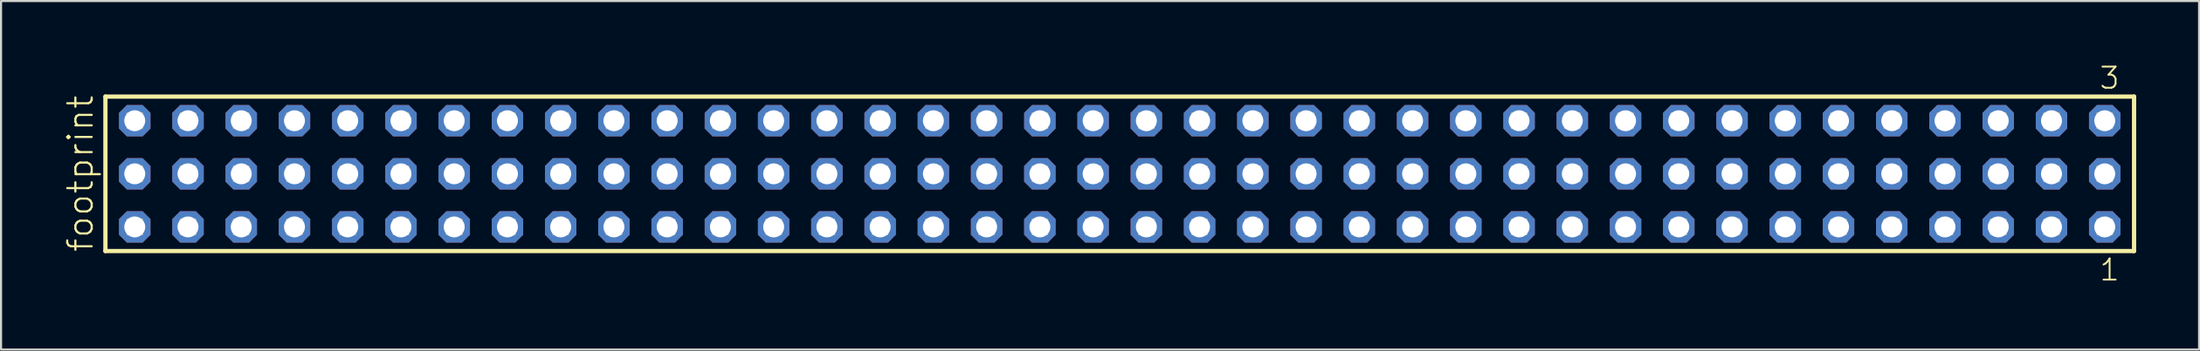
<source format=kicad_pcb>
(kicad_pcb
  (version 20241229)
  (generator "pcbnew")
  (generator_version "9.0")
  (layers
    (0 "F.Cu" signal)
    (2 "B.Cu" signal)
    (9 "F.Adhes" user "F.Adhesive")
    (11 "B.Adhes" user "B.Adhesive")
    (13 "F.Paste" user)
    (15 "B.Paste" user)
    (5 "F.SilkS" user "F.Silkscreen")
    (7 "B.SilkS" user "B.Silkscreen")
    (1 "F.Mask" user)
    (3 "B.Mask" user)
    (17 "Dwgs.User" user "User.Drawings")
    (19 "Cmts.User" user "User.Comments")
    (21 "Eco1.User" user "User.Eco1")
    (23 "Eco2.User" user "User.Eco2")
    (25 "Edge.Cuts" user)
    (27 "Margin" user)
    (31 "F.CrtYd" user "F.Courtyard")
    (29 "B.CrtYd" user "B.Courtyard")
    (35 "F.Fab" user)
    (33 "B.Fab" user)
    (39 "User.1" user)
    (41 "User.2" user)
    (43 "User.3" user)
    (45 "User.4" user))
  (footprint "footprint"
    (layer "F.Cu")
    (at 50.368 5.265)
    (property "Reference" "footprint" (at -48.895 3.81 90) (layer "F.SilkS") (effects (font (size 1.168 1.168) (thickness 0.102)) (justify left bottom)))
    (fp_line (start -48.389 -3.695) (end 48.389 -3.695) (stroke (width 0.203) (type solid)) (layer "F.SilkS"))
    (fp_line (start -48.389 3.695) (end -48.389 -3.695) (stroke (width 0.203) (type solid)) (layer "F.SilkS"))
    (fp_line (start 48.389 -3.695) (end 48.389 3.695) (stroke (width 0.203) (type solid)) (layer "F.SilkS"))
    (fp_line (start 48.389 3.695) (end -48.389 3.695) (stroke (width 0.203) (type solid)) (layer "F.SilkS"))
    (fp_poly (pts (xy -47.34 -2.19) (xy -46.64 -2.19) (xy -46.64 -2.89) (xy -47.34 -2.89)) (stroke (width 0.1) (type solid)) (fill no) (layer "F.Fab"))
    (fp_poly (pts (xy -47.34 0.35) (xy -46.64 0.35) (xy -46.64 -0.35) (xy -47.34 -0.35)) (stroke (width 0.1) (type solid)) (fill no) (layer "F.Fab"))
    (fp_poly (pts (xy -47.34 2.89) (xy -46.64 2.89) (xy -46.64 2.19) (xy -47.34 2.19)) (stroke (width 0.1) (type solid)) (fill no) (layer "F.Fab"))
    (fp_poly (pts (xy -44.8 -2.19) (xy -44.1 -2.19) (xy -44.1 -2.89) (xy -44.8 -2.89)) (stroke (width 0.1) (type solid)) (fill no) (layer "F.Fab"))
    (fp_poly (pts (xy -44.8 0.35) (xy -44.1 0.35) (xy -44.1 -0.35) (xy -44.8 -0.35)) (stroke (width 0.1) (type solid)) (fill no) (layer "F.Fab"))
    (fp_poly (pts (xy -44.8 2.89) (xy -44.1 2.89) (xy -44.1 2.19) (xy -44.8 2.19)) (stroke (width 0.1) (type solid)) (fill no) (layer "F.Fab"))
    (fp_poly (pts (xy -42.26 -2.19) (xy -41.56 -2.19) (xy -41.56 -2.89) (xy -42.26 -2.89)) (stroke (width 0.1) (type solid)) (fill no) (layer "F.Fab"))
    (fp_poly (pts (xy -42.26 0.35) (xy -41.56 0.35) (xy -41.56 -0.35) (xy -42.26 -0.35)) (stroke (width 0.1) (type solid)) (fill no) (layer "F.Fab"))
    (fp_poly (pts (xy -42.26 2.89) (xy -41.56 2.89) (xy -41.56 2.19) (xy -42.26 2.19)) (stroke (width 0.1) (type solid)) (fill no) (layer "F.Fab"))
    (fp_poly (pts (xy -39.72 -2.19) (xy -39.02 -2.19) (xy -39.02 -2.89) (xy -39.72 -2.89)) (stroke (width 0.1) (type solid)) (fill no) (layer "F.Fab"))
    (fp_poly (pts (xy -39.72 0.35) (xy -39.02 0.35) (xy -39.02 -0.35) (xy -39.72 -0.35)) (stroke (width 0.1) (type solid)) (fill no) (layer "F.Fab"))
    (fp_poly (pts (xy -39.72 2.89) (xy -39.02 2.89) (xy -39.02 2.19) (xy -39.72 2.19)) (stroke (width 0.1) (type solid)) (fill no) (layer "F.Fab"))
    (fp_poly (pts (xy -37.18 -2.19) (xy -36.48 -2.19) (xy -36.48 -2.89) (xy -37.18 -2.89)) (stroke (width 0.1) (type solid)) (fill no) (layer "F.Fab"))
    (fp_poly (pts (xy -37.18 0.35) (xy -36.48 0.35) (xy -36.48 -0.35) (xy -37.18 -0.35)) (stroke (width 0.1) (type solid)) (fill no) (layer "F.Fab"))
    (fp_poly (pts (xy -37.18 2.89) (xy -36.48 2.89) (xy -36.48 2.19) (xy -37.18 2.19)) (stroke (width 0.1) (type solid)) (fill no) (layer "F.Fab"))
    (fp_poly (pts (xy -34.64 -2.19) (xy -33.94 -2.19) (xy -33.94 -2.89) (xy -34.64 -2.89)) (stroke (width 0.1) (type solid)) (fill no) (layer "F.Fab"))
    (fp_poly (pts (xy -34.64 0.35) (xy -33.94 0.35) (xy -33.94 -0.35) (xy -34.64 -0.35)) (stroke (width 0.1) (type solid)) (fill no) (layer "F.Fab"))
    (fp_poly (pts (xy -34.64 2.89) (xy -33.94 2.89) (xy -33.94 2.19) (xy -34.64 2.19)) (stroke (width 0.1) (type solid)) (fill no) (layer "F.Fab"))
    (fp_poly (pts (xy -32.1 -2.19) (xy -31.4 -2.19) (xy -31.4 -2.89) (xy -32.1 -2.89)) (stroke (width 0.1) (type solid)) (fill no) (layer "F.Fab"))
    (fp_poly (pts (xy -32.1 0.35) (xy -31.4 0.35) (xy -31.4 -0.35) (xy -32.1 -0.35)) (stroke (width 0.1) (type solid)) (fill no) (layer "F.Fab"))
    (fp_poly (pts (xy -32.1 2.89) (xy -31.4 2.89) (xy -31.4 2.19) (xy -32.1 2.19)) (stroke (width 0.1) (type solid)) (fill no) (layer "F.Fab"))
    (fp_poly (pts (xy -29.56 -2.19) (xy -28.86 -2.19) (xy -28.86 -2.89) (xy -29.56 -2.89)) (stroke (width 0.1) (type solid)) (fill no) (layer "F.Fab"))
    (fp_poly (pts (xy -29.56 0.35) (xy -28.86 0.35) (xy -28.86 -0.35) (xy -29.56 -0.35)) (stroke (width 0.1) (type solid)) (fill no) (layer "F.Fab"))
    (fp_poly (pts (xy -29.56 2.89) (xy -28.86 2.89) (xy -28.86 2.19) (xy -29.56 2.19)) (stroke (width 0.1) (type solid)) (fill no) (layer "F.Fab"))
    (fp_poly (pts (xy -27.02 -2.19) (xy -26.32 -2.19) (xy -26.32 -2.89) (xy -27.02 -2.89)) (stroke (width 0.1) (type solid)) (fill no) (layer "F.Fab"))
    (fp_poly (pts (xy -27.02 0.35) (xy -26.32 0.35) (xy -26.32 -0.35) (xy -27.02 -0.35)) (stroke (width 0.1) (type solid)) (fill no) (layer "F.Fab"))
    (fp_poly (pts (xy -27.02 2.89) (xy -26.32 2.89) (xy -26.32 2.19) (xy -27.02 2.19)) (stroke (width 0.1) (type solid)) (fill no) (layer "F.Fab"))
    (fp_poly (pts (xy -24.48 -2.19) (xy -23.78 -2.19) (xy -23.78 -2.89) (xy -24.48 -2.89)) (stroke (width 0.1) (type solid)) (fill no) (layer "F.Fab"))
    (fp_poly (pts (xy -24.48 0.35) (xy -23.78 0.35) (xy -23.78 -0.35) (xy -24.48 -0.35)) (stroke (width 0.1) (type solid)) (fill no) (layer "F.Fab"))
    (fp_poly (pts (xy -24.48 2.89) (xy -23.78 2.89) (xy -23.78 2.19) (xy -24.48 2.19)) (stroke (width 0.1) (type solid)) (fill no) (layer "F.Fab"))
    (fp_poly (pts (xy -21.94 -2.19) (xy -21.24 -2.19) (xy -21.24 -2.89) (xy -21.94 -2.89)) (stroke (width 0.1) (type solid)) (fill no) (layer "F.Fab"))
    (fp_poly (pts (xy -21.94 0.35) (xy -21.24 0.35) (xy -21.24 -0.35) (xy -21.94 -0.35)) (stroke (width 0.1) (type solid)) (fill no) (layer "F.Fab"))
    (fp_poly (pts (xy -21.94 2.89) (xy -21.24 2.89) (xy -21.24 2.19) (xy -21.94 2.19)) (stroke (width 0.1) (type solid)) (fill no) (layer "F.Fab"))
    (fp_poly (pts (xy -19.4 -2.19) (xy -18.7 -2.19) (xy -18.7 -2.89) (xy -19.4 -2.89)) (stroke (width 0.1) (type solid)) (fill no) (layer "F.Fab"))
    (fp_poly (pts (xy -19.4 0.35) (xy -18.7 0.35) (xy -18.7 -0.35) (xy -19.4 -0.35)) (stroke (width 0.1) (type solid)) (fill no) (layer "F.Fab"))
    (fp_poly (pts (xy -19.4 2.89) (xy -18.7 2.89) (xy -18.7 2.19) (xy -19.4 2.19)) (stroke (width 0.1) (type solid)) (fill no) (layer "F.Fab"))
    (fp_poly (pts (xy -16.86 -2.19) (xy -16.16 -2.19) (xy -16.16 -2.89) (xy -16.86 -2.89)) (stroke (width 0.1) (type solid)) (fill no) (layer "F.Fab"))
    (fp_poly (pts (xy -16.86 0.35) (xy -16.16 0.35) (xy -16.16 -0.35) (xy -16.86 -0.35)) (stroke (width 0.1) (type solid)) (fill no) (layer "F.Fab"))
    (fp_poly (pts (xy -16.86 2.89) (xy -16.16 2.89) (xy -16.16 2.19) (xy -16.86 2.19)) (stroke (width 0.1) (type solid)) (fill no) (layer "F.Fab"))
    (fp_poly (pts (xy -14.32 -2.19) (xy -13.62 -2.19) (xy -13.62 -2.89) (xy -14.32 -2.89)) (stroke (width 0.1) (type solid)) (fill no) (layer "F.Fab"))
    (fp_poly (pts (xy -14.32 0.35) (xy -13.62 0.35) (xy -13.62 -0.35) (xy -14.32 -0.35)) (stroke (width 0.1) (type solid)) (fill no) (layer "F.Fab"))
    (fp_poly (pts (xy -14.32 2.89) (xy -13.62 2.89) (xy -13.62 2.19) (xy -14.32 2.19)) (stroke (width 0.1) (type solid)) (fill no) (layer "F.Fab"))
    (fp_poly (pts (xy -11.78 -2.19) (xy -11.08 -2.19) (xy -11.08 -2.89) (xy -11.78 -2.89)) (stroke (width 0.1) (type solid)) (fill no) (layer "F.Fab"))
    (fp_poly (pts (xy -11.78 0.35) (xy -11.08 0.35) (xy -11.08 -0.35) (xy -11.78 -0.35)) (stroke (width 0.1) (type solid)) (fill no) (layer "F.Fab"))
    (fp_poly (pts (xy -11.78 2.89) (xy -11.08 2.89) (xy -11.08 2.19) (xy -11.78 2.19)) (stroke (width 0.1) (type solid)) (fill no) (layer "F.Fab"))
    (fp_poly (pts (xy -9.24 -2.19) (xy -8.54 -2.19) (xy -8.54 -2.89) (xy -9.24 -2.89)) (stroke (width 0.1) (type solid)) (fill no) (layer "F.Fab"))
    (fp_poly (pts (xy -9.24 0.35) (xy -8.54 0.35) (xy -8.54 -0.35) (xy -9.24 -0.35)) (stroke (width 0.1) (type solid)) (fill no) (layer "F.Fab"))
    (fp_poly (pts (xy -9.24 2.89) (xy -8.54 2.89) (xy -8.54 2.19) (xy -9.24 2.19)) (stroke (width 0.1) (type solid)) (fill no) (layer "F.Fab"))
    (fp_poly (pts (xy -6.7 -2.19) (xy -6 -2.19) (xy -6 -2.89) (xy -6.7 -2.89)) (stroke (width 0.1) (type solid)) (fill no) (layer "F.Fab"))
    (fp_poly (pts (xy -6.7 0.35) (xy -6 0.35) (xy -6 -0.35) (xy -6.7 -0.35)) (stroke (width 0.1) (type solid)) (fill no) (layer "F.Fab"))
    (fp_poly (pts (xy -6.7 2.89) (xy -6 2.89) (xy -6 2.19) (xy -6.7 2.19)) (stroke (width 0.1) (type solid)) (fill no) (layer "F.Fab"))
    (fp_poly (pts (xy -4.16 -2.19) (xy -3.46 -2.19) (xy -3.46 -2.89) (xy -4.16 -2.89)) (stroke (width 0.1) (type solid)) (fill no) (layer "F.Fab"))
    (fp_poly (pts (xy -4.16 0.35) (xy -3.46 0.35) (xy -3.46 -0.35) (xy -4.16 -0.35)) (stroke (width 0.1) (type solid)) (fill no) (layer "F.Fab"))
    (fp_poly (pts (xy -4.16 2.89) (xy -3.46 2.89) (xy -3.46 2.19) (xy -4.16 2.19)) (stroke (width 0.1) (type solid)) (fill no) (layer "F.Fab"))
    (fp_poly (pts (xy -1.62 -2.19) (xy -0.92 -2.19) (xy -0.92 -2.89) (xy -1.62 -2.89)) (stroke (width 0.1) (type solid)) (fill no) (layer "F.Fab"))
    (fp_poly (pts (xy -1.62 0.35) (xy -0.92 0.35) (xy -0.92 -0.35) (xy -1.62 -0.35)) (stroke (width 0.1) (type solid)) (fill no) (layer "F.Fab"))
    (fp_poly (pts (xy -1.62 2.89) (xy -0.92 2.89) (xy -0.92 2.19) (xy -1.62 2.19)) (stroke (width 0.1) (type solid)) (fill no) (layer "F.Fab"))
    (fp_poly (pts (xy 0.92 -2.19) (xy 1.62 -2.19) (xy 1.62 -2.89) (xy 0.92 -2.89)) (stroke (width 0.1) (type solid)) (fill no) (layer "F.Fab"))
    (fp_poly (pts (xy 0.92 0.35) (xy 1.62 0.35) (xy 1.62 -0.35) (xy 0.92 -0.35)) (stroke (width 0.1) (type solid)) (fill no) (layer "F.Fab"))
    (fp_poly (pts (xy 0.92 2.89) (xy 1.62 2.89) (xy 1.62 2.19) (xy 0.92 2.19)) (stroke (width 0.1) (type solid)) (fill no) (layer "F.Fab"))
    (fp_poly (pts (xy 3.46 -2.19) (xy 4.16 -2.19) (xy 4.16 -2.89) (xy 3.46 -2.89)) (stroke (width 0.1) (type solid)) (fill no) (layer "F.Fab"))
    (fp_poly (pts (xy 3.46 0.35) (xy 4.16 0.35) (xy 4.16 -0.35) (xy 3.46 -0.35)) (stroke (width 0.1) (type solid)) (fill no) (layer "F.Fab"))
    (fp_poly (pts (xy 3.46 2.89) (xy 4.16 2.89) (xy 4.16 2.19) (xy 3.46 2.19)) (stroke (width 0.1) (type solid)) (fill no) (layer "F.Fab"))
    (fp_poly (pts (xy 6 -2.19) (xy 6.7 -2.19) (xy 6.7 -2.89) (xy 6 -2.89)) (stroke (width 0.1) (type solid)) (fill no) (layer "F.Fab"))
    (fp_poly (pts (xy 6 0.35) (xy 6.7 0.35) (xy 6.7 -0.35) (xy 6 -0.35)) (stroke (width 0.1) (type solid)) (fill no) (layer "F.Fab"))
    (fp_poly (pts (xy 6 2.89) (xy 6.7 2.89) (xy 6.7 2.19) (xy 6 2.19)) (stroke (width 0.1) (type solid)) (fill no) (layer "F.Fab"))
    (fp_poly (pts (xy 8.54 -2.19) (xy 9.24 -2.19) (xy 9.24 -2.89) (xy 8.54 -2.89)) (stroke (width 0.1) (type solid)) (fill no) (layer "F.Fab"))
    (fp_poly (pts (xy 8.54 0.35) (xy 9.24 0.35) (xy 9.24 -0.35) (xy 8.54 -0.35)) (stroke (width 0.1) (type solid)) (fill no) (layer "F.Fab"))
    (fp_poly (pts (xy 8.54 2.89) (xy 9.24 2.89) (xy 9.24 2.19) (xy 8.54 2.19)) (stroke (width 0.1) (type solid)) (fill no) (layer "F.Fab"))
    (fp_poly (pts (xy 11.08 -2.19) (xy 11.78 -2.19) (xy 11.78 -2.89) (xy 11.08 -2.89)) (stroke (width 0.1) (type solid)) (fill no) (layer "F.Fab"))
    (fp_poly (pts (xy 11.08 0.35) (xy 11.78 0.35) (xy 11.78 -0.35) (xy 11.08 -0.35)) (stroke (width 0.1) (type solid)) (fill no) (layer "F.Fab"))
    (fp_poly (pts (xy 11.08 2.89) (xy 11.78 2.89) (xy 11.78 2.19) (xy 11.08 2.19)) (stroke (width 0.1) (type solid)) (fill no) (layer "F.Fab"))
    (fp_poly (pts (xy 13.62 -2.19) (xy 14.32 -2.19) (xy 14.32 -2.89) (xy 13.62 -2.89)) (stroke (width 0.1) (type solid)) (fill no) (layer "F.Fab"))
    (fp_poly (pts (xy 13.62 0.35) (xy 14.32 0.35) (xy 14.32 -0.35) (xy 13.62 -0.35)) (stroke (width 0.1) (type solid)) (fill no) (layer "F.Fab"))
    (fp_poly (pts (xy 13.62 2.89) (xy 14.32 2.89) (xy 14.32 2.19) (xy 13.62 2.19)) (stroke (width 0.1) (type solid)) (fill no) (layer "F.Fab"))
    (fp_poly (pts (xy 16.16 -2.19) (xy 16.86 -2.19) (xy 16.86 -2.89) (xy 16.16 -2.89)) (stroke (width 0.1) (type solid)) (fill no) (layer "F.Fab"))
    (fp_poly (pts (xy 16.16 0.35) (xy 16.86 0.35) (xy 16.86 -0.35) (xy 16.16 -0.35)) (stroke (width 0.1) (type solid)) (fill no) (layer "F.Fab"))
    (fp_poly (pts (xy 16.16 2.89) (xy 16.86 2.89) (xy 16.86 2.19) (xy 16.16 2.19)) (stroke (width 0.1) (type solid)) (fill no) (layer "F.Fab"))
    (fp_poly (pts (xy 18.7 -2.19) (xy 19.4 -2.19) (xy 19.4 -2.89) (xy 18.7 -2.89)) (stroke (width 0.1) (type solid)) (fill no) (layer "F.Fab"))
    (fp_poly (pts (xy 18.7 0.35) (xy 19.4 0.35) (xy 19.4 -0.35) (xy 18.7 -0.35)) (stroke (width 0.1) (type solid)) (fill no) (layer "F.Fab"))
    (fp_poly (pts (xy 18.7 2.89) (xy 19.4 2.89) (xy 19.4 2.19) (xy 18.7 2.19)) (stroke (width 0.1) (type solid)) (fill no) (layer "F.Fab"))
    (fp_poly (pts (xy 21.24 -2.19) (xy 21.94 -2.19) (xy 21.94 -2.89) (xy 21.24 -2.89)) (stroke (width 0.1) (type solid)) (fill no) (layer "F.Fab"))
    (fp_poly (pts (xy 21.24 0.35) (xy 21.94 0.35) (xy 21.94 -0.35) (xy 21.24 -0.35)) (stroke (width 0.1) (type solid)) (fill no) (layer "F.Fab"))
    (fp_poly (pts (xy 21.24 2.89) (xy 21.94 2.89) (xy 21.94 2.19) (xy 21.24 2.19)) (stroke (width 0.1) (type solid)) (fill no) (layer "F.Fab"))
    (fp_poly (pts (xy 23.78 -2.19) (xy 24.48 -2.19) (xy 24.48 -2.89) (xy 23.78 -2.89)) (stroke (width 0.1) (type solid)) (fill no) (layer "F.Fab"))
    (fp_poly (pts (xy 23.78 0.35) (xy 24.48 0.35) (xy 24.48 -0.35) (xy 23.78 -0.35)) (stroke (width 0.1) (type solid)) (fill no) (layer "F.Fab"))
    (fp_poly (pts (xy 23.78 2.89) (xy 24.48 2.89) (xy 24.48 2.19) (xy 23.78 2.19)) (stroke (width 0.1) (type solid)) (fill no) (layer "F.Fab"))
    (fp_poly (pts (xy 26.32 -2.19) (xy 27.02 -2.19) (xy 27.02 -2.89) (xy 26.32 -2.89)) (stroke (width 0.1) (type solid)) (fill no) (layer "F.Fab"))
    (fp_poly (pts (xy 26.32 0.35) (xy 27.02 0.35) (xy 27.02 -0.35) (xy 26.32 -0.35)) (stroke (width 0.1) (type solid)) (fill no) (layer "F.Fab"))
    (fp_poly (pts (xy 26.32 2.89) (xy 27.02 2.89) (xy 27.02 2.19) (xy 26.32 2.19)) (stroke (width 0.1) (type solid)) (fill no) (layer "F.Fab"))
    (fp_poly (pts (xy 28.86 -2.19) (xy 29.56 -2.19) (xy 29.56 -2.89) (xy 28.86 -2.89)) (stroke (width 0.1) (type solid)) (fill no) (layer "F.Fab"))
    (fp_poly (pts (xy 28.86 0.35) (xy 29.56 0.35) (xy 29.56 -0.35) (xy 28.86 -0.35)) (stroke (width 0.1) (type solid)) (fill no) (layer "F.Fab"))
    (fp_poly (pts (xy 28.86 2.89) (xy 29.56 2.89) (xy 29.56 2.19) (xy 28.86 2.19)) (stroke (width 0.1) (type solid)) (fill no) (layer "F.Fab"))
    (fp_poly (pts (xy 31.4 -2.19) (xy 32.1 -2.19) (xy 32.1 -2.89) (xy 31.4 -2.89)) (stroke (width 0.1) (type solid)) (fill no) (layer "F.Fab"))
    (fp_poly (pts (xy 31.4 0.35) (xy 32.1 0.35) (xy 32.1 -0.35) (xy 31.4 -0.35)) (stroke (width 0.1) (type solid)) (fill no) (layer "F.Fab"))
    (fp_poly (pts (xy 31.4 2.89) (xy 32.1 2.89) (xy 32.1 2.19) (xy 31.4 2.19)) (stroke (width 0.1) (type solid)) (fill no) (layer "F.Fab"))
    (fp_poly (pts (xy 33.94 -2.19) (xy 34.64 -2.19) (xy 34.64 -2.89) (xy 33.94 -2.89)) (stroke (width 0.1) (type solid)) (fill no) (layer "F.Fab"))
    (fp_poly (pts (xy 33.94 0.35) (xy 34.64 0.35) (xy 34.64 -0.35) (xy 33.94 -0.35)) (stroke (width 0.1) (type solid)) (fill no) (layer "F.Fab"))
    (fp_poly (pts (xy 33.94 2.89) (xy 34.64 2.89) (xy 34.64 2.19) (xy 33.94 2.19)) (stroke (width 0.1) (type solid)) (fill no) (layer "F.Fab"))
    (fp_poly (pts (xy 36.48 -2.19) (xy 37.18 -2.19) (xy 37.18 -2.89) (xy 36.48 -2.89)) (stroke (width 0.1) (type solid)) (fill no) (layer "F.Fab"))
    (fp_poly (pts (xy 36.48 0.35) (xy 37.18 0.35) (xy 37.18 -0.35) (xy 36.48 -0.35)) (stroke (width 0.1) (type solid)) (fill no) (layer "F.Fab"))
    (fp_poly (pts (xy 36.48 2.89) (xy 37.18 2.89) (xy 37.18 2.19) (xy 36.48 2.19)) (stroke (width 0.1) (type solid)) (fill no) (layer "F.Fab"))
    (fp_poly (pts (xy 39.02 -2.19) (xy 39.72 -2.19) (xy 39.72 -2.89) (xy 39.02 -2.89)) (stroke (width 0.1) (type solid)) (fill no) (layer "F.Fab"))
    (fp_poly (pts (xy 39.02 0.35) (xy 39.72 0.35) (xy 39.72 -0.35) (xy 39.02 -0.35)) (stroke (width 0.1) (type solid)) (fill no) (layer "F.Fab"))
    (fp_poly (pts (xy 39.02 2.89) (xy 39.72 2.89) (xy 39.72 2.19) (xy 39.02 2.19)) (stroke (width 0.1) (type solid)) (fill no) (layer "F.Fab"))
    (fp_poly (pts (xy 41.56 -2.19) (xy 42.26 -2.19) (xy 42.26 -2.89) (xy 41.56 -2.89)) (stroke (width 0.1) (type solid)) (fill no) (layer "F.Fab"))
    (fp_poly (pts (xy 41.56 0.35) (xy 42.26 0.35) (xy 42.26 -0.35) (xy 41.56 -0.35)) (stroke (width 0.1) (type solid)) (fill no) (layer "F.Fab"))
    (fp_poly (pts (xy 41.56 2.89) (xy 42.26 2.89) (xy 42.26 2.19) (xy 41.56 2.19)) (stroke (width 0.1) (type solid)) (fill no) (layer "F.Fab"))
    (fp_poly (pts (xy 44.1 -2.19) (xy 44.8 -2.19) (xy 44.8 -2.89) (xy 44.1 -2.89)) (stroke (width 0.1) (type solid)) (fill no) (layer "F.Fab"))
    (fp_poly (pts (xy 44.1 0.35) (xy 44.8 0.35) (xy 44.8 -0.35) (xy 44.1 -0.35)) (stroke (width 0.1) (type solid)) (fill no) (layer "F.Fab"))
    (fp_poly (pts (xy 44.1 2.89) (xy 44.8 2.89) (xy 44.8 2.19) (xy 44.1 2.19)) (stroke (width 0.1) (type solid)) (fill no) (layer "F.Fab"))
    (fp_poly (pts (xy 46.64 -2.19) (xy 47.34 -2.19) (xy 47.34 -2.89) (xy 46.64 -2.89)) (stroke (width 0.1) (type solid)) (fill no) (layer "F.Fab"))
    (fp_poly (pts (xy 46.64 0.35) (xy 47.34 0.35) (xy 47.34 -0.35) (xy 46.64 -0.35)) (stroke (width 0.1) (type solid)) (fill no) (layer "F.Fab"))
    (fp_poly (pts (xy 46.64 2.89) (xy 47.34 2.89) (xy 47.34 2.19) (xy 46.64 2.19)) (stroke (width 0.1) (type solid)) (fill no) (layer "F.Fab"))
    (fp_text user "1" (at 46.682 5.188 0) (layer "F.SilkS") (effects (font (size 1.012 1.012) (thickness 0.088)) (justify left bottom)))
    (fp_text user "3" (at 46.678 -3.989 0) (layer "F.SilkS") (effects (font (size 1.012 1.012) (thickness 0.088)) (justify left bottom)))
    (pad "1" thru_hole roundrect (at 46.99 2.54 180) (size 1.5 1.5) (drill 1) (layers "*.Cu" "*.Mask") (roundrect_rratio 0.25) (chamfer_ratio 0.25) (chamfer top_left top_right bottom_left bottom_right))
    (pad "2" thru_hole roundrect (at 46.99 0 180) (size 1.5 1.5) (drill 1) (layers "*.Cu" "*.Mask") (roundrect_rratio 0.25) (chamfer_ratio 0.25) (chamfer top_left top_right bottom_left bottom_right))
    (pad "3" thru_hole roundrect (at 46.99 -2.54 180) (size 1.5 1.5) (drill 1) (layers "*.Cu" "*.Mask") (roundrect_rratio 0.25) (chamfer_ratio 0.25) (chamfer top_left top_right bottom_left bottom_right))
    (pad "4" thru_hole roundrect (at 44.45 2.54 180) (size 1.5 1.5) (drill 1) (layers "*.Cu" "*.Mask") (roundrect_rratio 0.25) (chamfer_ratio 0.25) (chamfer top_left top_right bottom_left bottom_right))
    (pad "5" thru_hole roundrect (at 44.45 0 180) (size 1.5 1.5) (drill 1) (layers "*.Cu" "*.Mask") (roundrect_rratio 0.25) (chamfer_ratio 0.25) (chamfer top_left top_right bottom_left bottom_right))
    (pad "6" thru_hole roundrect (at 44.45 -2.54 180) (size 1.5 1.5) (drill 1) (layers "*.Cu" "*.Mask") (roundrect_rratio 0.25) (chamfer_ratio 0.25) (chamfer top_left top_right bottom_left bottom_right))
    (pad "7" thru_hole roundrect (at 41.91 2.54 180) (size 1.5 1.5) (drill 1) (layers "*.Cu" "*.Mask") (roundrect_rratio 0.25) (chamfer_ratio 0.25) (chamfer top_left top_right bottom_left bottom_right))
    (pad "8" thru_hole roundrect (at 41.91 0 180) (size 1.5 1.5) (drill 1) (layers "*.Cu" "*.Mask") (roundrect_rratio 0.25) (chamfer_ratio 0.25) (chamfer top_left top_right bottom_left bottom_right))
    (pad "9" thru_hole roundrect (at 41.91 -2.54 180) (size 1.5 1.5) (drill 1) (layers "*.Cu" "*.Mask") (roundrect_rratio 0.25) (chamfer_ratio 0.25) (chamfer top_left top_right bottom_left bottom_right))
    (pad "10" thru_hole roundrect (at 39.37 2.54 180) (size 1.5 1.5) (drill 1) (layers "*.Cu" "*.Mask") (roundrect_rratio 0.25) (chamfer_ratio 0.25) (chamfer top_left top_right bottom_left bottom_right))
    (pad "11" thru_hole roundrect (at 39.37 0 180) (size 1.5 1.5) (drill 1) (layers "*.Cu" "*.Mask") (roundrect_rratio 0.25) (chamfer_ratio 0.25) (chamfer top_left top_right bottom_left bottom_right))
    (pad "12" thru_hole roundrect (at 39.37 -2.54 180) (size 1.5 1.5) (drill 1) (layers "*.Cu" "*.Mask") (roundrect_rratio 0.25) (chamfer_ratio 0.25) (chamfer top_left top_right bottom_left bottom_right))
    (pad "13" thru_hole roundrect (at 36.83 2.54 180) (size 1.5 1.5) (drill 1) (layers "*.Cu" "*.Mask") (roundrect_rratio 0.25) (chamfer_ratio 0.25) (chamfer top_left top_right bottom_left bottom_right))
    (pad "14" thru_hole roundrect (at 36.83 0 180) (size 1.5 1.5) (drill 1) (layers "*.Cu" "*.Mask") (roundrect_rratio 0.25) (chamfer_ratio 0.25) (chamfer top_left top_right bottom_left bottom_right))
    (pad "15" thru_hole roundrect (at 36.83 -2.54 180) (size 1.5 1.5) (drill 1) (layers "*.Cu" "*.Mask") (roundrect_rratio 0.25) (chamfer_ratio 0.25) (chamfer top_left top_right bottom_left bottom_right))
    (pad "16" thru_hole roundrect (at 34.29 2.54 180) (size 1.5 1.5) (drill 1) (layers "*.Cu" "*.Mask") (roundrect_rratio 0.25) (chamfer_ratio 0.25) (chamfer top_left top_right bottom_left bottom_right))
    (pad "17" thru_hole roundrect (at 34.29 0 180) (size 1.5 1.5) (drill 1) (layers "*.Cu" "*.Mask") (roundrect_rratio 0.25) (chamfer_ratio 0.25) (chamfer top_left top_right bottom_left bottom_right))
    (pad "18" thru_hole roundrect (at 34.29 -2.54 180) (size 1.5 1.5) (drill 1) (layers "*.Cu" "*.Mask") (roundrect_rratio 0.25) (chamfer_ratio 0.25) (chamfer top_left top_right bottom_left bottom_right))
    (pad "19" thru_hole roundrect (at 31.75 2.54 180) (size 1.5 1.5) (drill 1) (layers "*.Cu" "*.Mask") (roundrect_rratio 0.25) (chamfer_ratio 0.25) (chamfer top_left top_right bottom_left bottom_right))
    (pad "20" thru_hole roundrect (at 31.75 0 180) (size 1.5 1.5) (drill 1) (layers "*.Cu" "*.Mask") (roundrect_rratio 0.25) (chamfer_ratio 0.25) (chamfer top_left top_right bottom_left bottom_right))
    (pad "21" thru_hole roundrect (at 31.75 -2.54 180) (size 1.5 1.5) (drill 1) (layers "*.Cu" "*.Mask") (roundrect_rratio 0.25) (chamfer_ratio 0.25) (chamfer top_left top_right bottom_left bottom_right))
    (pad "22" thru_hole roundrect (at 29.21 2.54 180) (size 1.5 1.5) (drill 1) (layers "*.Cu" "*.Mask") (roundrect_rratio 0.25) (chamfer_ratio 0.25) (chamfer top_left top_right bottom_left bottom_right))
    (pad "23" thru_hole roundrect (at 29.21 0 180) (size 1.5 1.5) (drill 1) (layers "*.Cu" "*.Mask") (roundrect_rratio 0.25) (chamfer_ratio 0.25) (chamfer top_left top_right bottom_left bottom_right))
    (pad "24" thru_hole roundrect (at 29.21 -2.54 180) (size 1.5 1.5) (drill 1) (layers "*.Cu" "*.Mask") (roundrect_rratio 0.25) (chamfer_ratio 0.25) (chamfer top_left top_right bottom_left bottom_right))
    (pad "25" thru_hole roundrect (at 26.67 2.54 180) (size 1.5 1.5) (drill 1) (layers "*.Cu" "*.Mask") (roundrect_rratio 0.25) (chamfer_ratio 0.25) (chamfer top_left top_right bottom_left bottom_right))
    (pad "26" thru_hole roundrect (at 26.67 0 180) (size 1.5 1.5) (drill 1) (layers "*.Cu" "*.Mask") (roundrect_rratio 0.25) (chamfer_ratio 0.25) (chamfer top_left top_right bottom_left bottom_right))
    (pad "27" thru_hole roundrect (at 26.67 -2.54 180) (size 1.5 1.5) (drill 1) (layers "*.Cu" "*.Mask") (roundrect_rratio 0.25) (chamfer_ratio 0.25) (chamfer top_left top_right bottom_left bottom_right))
    (pad "28" thru_hole roundrect (at 24.13 2.54 180) (size 1.5 1.5) (drill 1) (layers "*.Cu" "*.Mask") (roundrect_rratio 0.25) (chamfer_ratio 0.25) (chamfer top_left top_right bottom_left bottom_right))
    (pad "29" thru_hole roundrect (at 24.13 0 180) (size 1.5 1.5) (drill 1) (layers "*.Cu" "*.Mask") (roundrect_rratio 0.25) (chamfer_ratio 0.25) (chamfer top_left top_right bottom_left bottom_right))
    (pad "30" thru_hole roundrect (at 24.13 -2.54 180) (size 1.5 1.5) (drill 1) (layers "*.Cu" "*.Mask") (roundrect_rratio 0.25) (chamfer_ratio 0.25) (chamfer top_left top_right bottom_left bottom_right))
    (pad "31" thru_hole roundrect (at 21.59 2.54 180) (size 1.5 1.5) (drill 1) (layers "*.Cu" "*.Mask") (roundrect_rratio 0.25) (chamfer_ratio 0.25) (chamfer top_left top_right bottom_left bottom_right))
    (pad "32" thru_hole roundrect (at 21.59 0 180) (size 1.5 1.5) (drill 1) (layers "*.Cu" "*.Mask") (roundrect_rratio 0.25) (chamfer_ratio 0.25) (chamfer top_left top_right bottom_left bottom_right))
    (pad "33" thru_hole roundrect (at 21.59 -2.54 180) (size 1.5 1.5) (drill 1) (layers "*.Cu" "*.Mask") (roundrect_rratio 0.25) (chamfer_ratio 0.25) (chamfer top_left top_right bottom_left bottom_right))
    (pad "34" thru_hole roundrect (at 19.05 2.54 180) (size 1.5 1.5) (drill 1) (layers "*.Cu" "*.Mask") (roundrect_rratio 0.25) (chamfer_ratio 0.25) (chamfer top_left top_right bottom_left bottom_right))
    (pad "35" thru_hole roundrect (at 19.05 0 180) (size 1.5 1.5) (drill 1) (layers "*.Cu" "*.Mask") (roundrect_rratio 0.25) (chamfer_ratio 0.25) (chamfer top_left top_right bottom_left bottom_right))
    (pad "36" thru_hole roundrect (at 19.05 -2.54 180) (size 1.5 1.5) (drill 1) (layers "*.Cu" "*.Mask") (roundrect_rratio 0.25) (chamfer_ratio 0.25) (chamfer top_left top_right bottom_left bottom_right))
    (pad "37" thru_hole roundrect (at 16.51 2.54 180) (size 1.5 1.5) (drill 1) (layers "*.Cu" "*.Mask") (roundrect_rratio 0.25) (chamfer_ratio 0.25) (chamfer top_left top_right bottom_left bottom_right))
    (pad "38" thru_hole roundrect (at 16.51 0 180) (size 1.5 1.5) (drill 1) (layers "*.Cu" "*.Mask") (roundrect_rratio 0.25) (chamfer_ratio 0.25) (chamfer top_left top_right bottom_left bottom_right))
    (pad "39" thru_hole roundrect (at 16.51 -2.54 180) (size 1.5 1.5) (drill 1) (layers "*.Cu" "*.Mask") (roundrect_rratio 0.25) (chamfer_ratio 0.25) (chamfer top_left top_right bottom_left bottom_right))
    (pad "40" thru_hole roundrect (at 13.97 2.54 180) (size 1.5 1.5) (drill 1) (layers "*.Cu" "*.Mask") (roundrect_rratio 0.25) (chamfer_ratio 0.25) (chamfer top_left top_right bottom_left bottom_right))
    (pad "41" thru_hole roundrect (at 13.97 0 180) (size 1.5 1.5) (drill 1) (layers "*.Cu" "*.Mask") (roundrect_rratio 0.25) (chamfer_ratio 0.25) (chamfer top_left top_right bottom_left bottom_right))
    (pad "42" thru_hole roundrect (at 13.97 -2.54 180) (size 1.5 1.5) (drill 1) (layers "*.Cu" "*.Mask") (roundrect_rratio 0.25) (chamfer_ratio 0.25) (chamfer top_left top_right bottom_left bottom_right))
    (pad "43" thru_hole roundrect (at 11.43 2.54 180) (size 1.5 1.5) (drill 1) (layers "*.Cu" "*.Mask") (roundrect_rratio 0.25) (chamfer_ratio 0.25) (chamfer top_left top_right bottom_left bottom_right))
    (pad "44" thru_hole roundrect (at 11.43 0 180) (size 1.5 1.5) (drill 1) (layers "*.Cu" "*.Mask") (roundrect_rratio 0.25) (chamfer_ratio 0.25) (chamfer top_left top_right bottom_left bottom_right))
    (pad "45" thru_hole roundrect (at 11.43 -2.54 180) (size 1.5 1.5) (drill 1) (layers "*.Cu" "*.Mask") (roundrect_rratio 0.25) (chamfer_ratio 0.25) (chamfer top_left top_right bottom_left bottom_right))
    (pad "46" thru_hole roundrect (at 8.89 2.54 180) (size 1.5 1.5) (drill 1) (layers "*.Cu" "*.Mask") (roundrect_rratio 0.25) (chamfer_ratio 0.25) (chamfer top_left top_right bottom_left bottom_right))
    (pad "47" thru_hole roundrect (at 8.89 0 180) (size 1.5 1.5) (drill 1) (layers "*.Cu" "*.Mask") (roundrect_rratio 0.25) (chamfer_ratio 0.25) (chamfer top_left top_right bottom_left bottom_right))
    (pad "48" thru_hole roundrect (at 8.89 -2.54 180) (size 1.5 1.5) (drill 1) (layers "*.Cu" "*.Mask") (roundrect_rratio 0.25) (chamfer_ratio 0.25) (chamfer top_left top_right bottom_left bottom_right))
    (pad "49" thru_hole roundrect (at 6.35 2.54 180) (size 1.5 1.5) (drill 1) (layers "*.Cu" "*.Mask") (roundrect_rratio 0.25) (chamfer_ratio 0.25) (chamfer top_left top_right bottom_left bottom_right))
    (pad "50" thru_hole roundrect (at 6.35 0 180) (size 1.5 1.5) (drill 1) (layers "*.Cu" "*.Mask") (roundrect_rratio 0.25) (chamfer_ratio 0.25) (chamfer top_left top_right bottom_left bottom_right))
    (pad "51" thru_hole roundrect (at 6.35 -2.54 180) (size 1.5 1.5) (drill 1) (layers "*.Cu" "*.Mask") (roundrect_rratio 0.25) (chamfer_ratio 0.25) (chamfer top_left top_right bottom_left bottom_right))
    (pad "52" thru_hole roundrect (at 3.81 2.54 180) (size 1.5 1.5) (drill 1) (layers "*.Cu" "*.Mask") (roundrect_rratio 0.25) (chamfer_ratio 0.25) (chamfer top_left top_right bottom_left bottom_right))
    (pad "53" thru_hole roundrect (at 3.81 0 180) (size 1.5 1.5) (drill 1) (layers "*.Cu" "*.Mask") (roundrect_rratio 0.25) (chamfer_ratio 0.25) (chamfer top_left top_right bottom_left bottom_right))
    (pad "54" thru_hole roundrect (at 3.81 -2.54 180) (size 1.5 1.5) (drill 1) (layers "*.Cu" "*.Mask") (roundrect_rratio 0.25) (chamfer_ratio 0.25) (chamfer top_left top_right bottom_left bottom_right))
    (pad "55" thru_hole roundrect (at 1.27 2.54 180) (size 1.5 1.5) (drill 1) (layers "*.Cu" "*.Mask") (roundrect_rratio 0.25) (chamfer_ratio 0.25) (chamfer top_left top_right bottom_left bottom_right))
    (pad "56" thru_hole roundrect (at 1.27 0 180) (size 1.5 1.5) (drill 1) (layers "*.Cu" "*.Mask") (roundrect_rratio 0.25) (chamfer_ratio 0.25) (chamfer top_left top_right bottom_left bottom_right))
    (pad "57" thru_hole roundrect (at 1.27 -2.54 180) (size 1.5 1.5) (drill 1) (layers "*.Cu" "*.Mask") (roundrect_rratio 0.25) (chamfer_ratio 0.25) (chamfer top_left top_right bottom_left bottom_right))
    (pad "58" thru_hole roundrect (at -1.27 2.54 180) (size 1.5 1.5) (drill 1) (layers "*.Cu" "*.Mask") (roundrect_rratio 0.25) (chamfer_ratio 0.25) (chamfer top_left top_right bottom_left bottom_right))
    (pad "59" thru_hole roundrect (at -1.27 0 180) (size 1.5 1.5) (drill 1) (layers "*.Cu" "*.Mask") (roundrect_rratio 0.25) (chamfer_ratio 0.25) (chamfer top_left top_right bottom_left bottom_right))
    (pad "60" thru_hole roundrect (at -1.27 -2.54 180) (size 1.5 1.5) (drill 1) (layers "*.Cu" "*.Mask") (roundrect_rratio 0.25) (chamfer_ratio 0.25) (chamfer top_left top_right bottom_left bottom_right))
    (pad "61" thru_hole roundrect (at -3.81 2.54 180) (size 1.5 1.5) (drill 1) (layers "*.Cu" "*.Mask") (roundrect_rratio 0.25) (chamfer_ratio 0.25) (chamfer top_left top_right bottom_left bottom_right))
    (pad "62" thru_hole roundrect (at -3.81 0 180) (size 1.5 1.5) (drill 1) (layers "*.Cu" "*.Mask") (roundrect_rratio 0.25) (chamfer_ratio 0.25) (chamfer top_left top_right bottom_left bottom_right))
    (pad "63" thru_hole roundrect (at -3.81 -2.54 180) (size 1.5 1.5) (drill 1) (layers "*.Cu" "*.Mask") (roundrect_rratio 0.25) (chamfer_ratio 0.25) (chamfer top_left top_right bottom_left bottom_right))
    (pad "64" thru_hole roundrect (at -6.35 2.54 180) (size 1.5 1.5) (drill 1) (layers "*.Cu" "*.Mask") (roundrect_rratio 0.25) (chamfer_ratio 0.25) (chamfer top_left top_right bottom_left bottom_right))
    (pad "65" thru_hole roundrect (at -6.35 0 180) (size 1.5 1.5) (drill 1) (layers "*.Cu" "*.Mask") (roundrect_rratio 0.25) (chamfer_ratio 0.25) (chamfer top_left top_right bottom_left bottom_right))
    (pad "66" thru_hole roundrect (at -6.35 -2.54 180) (size 1.5 1.5) (drill 1) (layers "*.Cu" "*.Mask") (roundrect_rratio 0.25) (chamfer_ratio 0.25) (chamfer top_left top_right bottom_left bottom_right))
    (pad "67" thru_hole roundrect (at -8.89 2.54 180) (size 1.5 1.5) (drill 1) (layers "*.Cu" "*.Mask") (roundrect_rratio 0.25) (chamfer_ratio 0.25) (chamfer top_left top_right bottom_left bottom_right))
    (pad "68" thru_hole roundrect (at -8.89 0 180) (size 1.5 1.5) (drill 1) (layers "*.Cu" "*.Mask") (roundrect_rratio 0.25) (chamfer_ratio 0.25) (chamfer top_left top_right bottom_left bottom_right))
    (pad "69" thru_hole roundrect (at -8.89 -2.54 180) (size 1.5 1.5) (drill 1) (layers "*.Cu" "*.Mask") (roundrect_rratio 0.25) (chamfer_ratio 0.25) (chamfer top_left top_right bottom_left bottom_right))
    (pad "70" thru_hole roundrect (at -11.43 2.54 180) (size 1.5 1.5) (drill 1) (layers "*.Cu" "*.Mask") (roundrect_rratio 0.25) (chamfer_ratio 0.25) (chamfer top_left top_right bottom_left bottom_right))
    (pad "71" thru_hole roundrect (at -11.43 0 180) (size 1.5 1.5) (drill 1) (layers "*.Cu" "*.Mask") (roundrect_rratio 0.25) (chamfer_ratio 0.25) (chamfer top_left top_right bottom_left bottom_right))
    (pad "72" thru_hole roundrect (at -11.43 -2.54 180) (size 1.5 1.5) (drill 1) (layers "*.Cu" "*.Mask") (roundrect_rratio 0.25) (chamfer_ratio 0.25) (chamfer top_left top_right bottom_left bottom_right))
    (pad "73" thru_hole roundrect (at -13.97 2.54 180) (size 1.5 1.5) (drill 1) (layers "*.Cu" "*.Mask") (roundrect_rratio 0.25) (chamfer_ratio 0.25) (chamfer top_left top_right bottom_left bottom_right))
    (pad "74" thru_hole roundrect (at -13.97 0 180) (size 1.5 1.5) (drill 1) (layers "*.Cu" "*.Mask") (roundrect_rratio 0.25) (chamfer_ratio 0.25) (chamfer top_left top_right bottom_left bottom_right))
    (pad "75" thru_hole roundrect (at -13.97 -2.54 180) (size 1.5 1.5) (drill 1) (layers "*.Cu" "*.Mask") (roundrect_rratio 0.25) (chamfer_ratio 0.25) (chamfer top_left top_right bottom_left bottom_right))
    (pad "76" thru_hole roundrect (at -16.51 2.54 180) (size 1.5 1.5) (drill 1) (layers "*.Cu" "*.Mask") (roundrect_rratio 0.25) (chamfer_ratio 0.25) (chamfer top_left top_right bottom_left bottom_right))
    (pad "77" thru_hole roundrect (at -16.51 0 180) (size 1.5 1.5) (drill 1) (layers "*.Cu" "*.Mask") (roundrect_rratio 0.25) (chamfer_ratio 0.25) (chamfer top_left top_right bottom_left bottom_right))
    (pad "78" thru_hole roundrect (at -16.51 -2.54 180) (size 1.5 1.5) (drill 1) (layers "*.Cu" "*.Mask") (roundrect_rratio 0.25) (chamfer_ratio 0.25) (chamfer top_left top_right bottom_left bottom_right))
    (pad "79" thru_hole roundrect (at -19.05 2.54 180) (size 1.5 1.5) (drill 1) (layers "*.Cu" "*.Mask") (roundrect_rratio 0.25) (chamfer_ratio 0.25) (chamfer top_left top_right bottom_left bottom_right))
    (pad "80" thru_hole roundrect (at -19.05 0 180) (size 1.5 1.5) (drill 1) (layers "*.Cu" "*.Mask") (roundrect_rratio 0.25) (chamfer_ratio 0.25) (chamfer top_left top_right bottom_left bottom_right))
    (pad "81" thru_hole roundrect (at -19.05 -2.54 180) (size 1.5 1.5) (drill 1) (layers "*.Cu" "*.Mask") (roundrect_rratio 0.25) (chamfer_ratio 0.25) (chamfer top_left top_right bottom_left bottom_right))
    (pad "82" thru_hole roundrect (at -21.59 2.54 180) (size 1.5 1.5) (drill 1) (layers "*.Cu" "*.Mask") (roundrect_rratio 0.25) (chamfer_ratio 0.25) (chamfer top_left top_right bottom_left bottom_right))
    (pad "83" thru_hole roundrect (at -21.59 0 180) (size 1.5 1.5) (drill 1) (layers "*.Cu" "*.Mask") (roundrect_rratio 0.25) (chamfer_ratio 0.25) (chamfer top_left top_right bottom_left bottom_right))
    (pad "84" thru_hole roundrect (at -21.59 -2.54 180) (size 1.5 1.5) (drill 1) (layers "*.Cu" "*.Mask") (roundrect_rratio 0.25) (chamfer_ratio 0.25) (chamfer top_left top_right bottom_left bottom_right))
    (pad "85" thru_hole roundrect (at -24.13 2.54 180) (size 1.5 1.5) (drill 1) (layers "*.Cu" "*.Mask") (roundrect_rratio 0.25) (chamfer_ratio 0.25) (chamfer top_left top_right bottom_left bottom_right))
    (pad "86" thru_hole roundrect (at -24.13 0 180) (size 1.5 1.5) (drill 1) (layers "*.Cu" "*.Mask") (roundrect_rratio 0.25) (chamfer_ratio 0.25) (chamfer top_left top_right bottom_left bottom_right))
    (pad "87" thru_hole roundrect (at -24.13 -2.54 180) (size 1.5 1.5) (drill 1) (layers "*.Cu" "*.Mask") (roundrect_rratio 0.25) (chamfer_ratio 0.25) (chamfer top_left top_right bottom_left bottom_right))
    (pad "88" thru_hole roundrect (at -26.67 2.54 180) (size 1.5 1.5) (drill 1) (layers "*.Cu" "*.Mask") (roundrect_rratio 0.25) (chamfer_ratio 0.25) (chamfer top_left top_right bottom_left bottom_right))
    (pad "89" thru_hole roundrect (at -26.67 0 180) (size 1.5 1.5) (drill 1) (layers "*.Cu" "*.Mask") (roundrect_rratio 0.25) (chamfer_ratio 0.25) (chamfer top_left top_right bottom_left bottom_right))
    (pad "90" thru_hole roundrect (at -26.67 -2.54 180) (size 1.5 1.5) (drill 1) (layers "*.Cu" "*.Mask") (roundrect_rratio 0.25) (chamfer_ratio 0.25) (chamfer top_left top_right bottom_left bottom_right))
    (pad "91" thru_hole roundrect (at -29.21 2.54 180) (size 1.5 1.5) (drill 1) (layers "*.Cu" "*.Mask") (roundrect_rratio 0.25) (chamfer_ratio 0.25) (chamfer top_left top_right bottom_left bottom_right))
    (pad "92" thru_hole roundrect (at -29.21 0 180) (size 1.5 1.5) (drill 1) (layers "*.Cu" "*.Mask") (roundrect_rratio 0.25) (chamfer_ratio 0.25) (chamfer top_left top_right bottom_left bottom_right))
    (pad "93" thru_hole roundrect (at -29.21 -2.54 180) (size 1.5 1.5) (drill 1) (layers "*.Cu" "*.Mask") (roundrect_rratio 0.25) (chamfer_ratio 0.25) (chamfer top_left top_right bottom_left bottom_right))
    (pad "94" thru_hole roundrect (at -31.75 2.54 180) (size 1.5 1.5) (drill 1) (layers "*.Cu" "*.Mask") (roundrect_rratio 0.25) (chamfer_ratio 0.25) (chamfer top_left top_right bottom_left bottom_right))
    (pad "95" thru_hole roundrect (at -31.75 0 180) (size 1.5 1.5) (drill 1) (layers "*.Cu" "*.Mask") (roundrect_rratio 0.25) (chamfer_ratio 0.25) (chamfer top_left top_right bottom_left bottom_right))
    (pad "96" thru_hole roundrect (at -31.75 -2.54 180) (size 1.5 1.5) (drill 1) (layers "*.Cu" "*.Mask") (roundrect_rratio 0.25) (chamfer_ratio 0.25) (chamfer top_left top_right bottom_left bottom_right))
    (pad "97" thru_hole roundrect (at -34.29 2.54 180) (size 1.5 1.5) (drill 1) (layers "*.Cu" "*.Mask") (roundrect_rratio 0.25) (chamfer_ratio 0.25) (chamfer top_left top_right bottom_left bottom_right))
    (pad "98" thru_hole roundrect (at -34.29 0 180) (size 1.5 1.5) (drill 1) (layers "*.Cu" "*.Mask") (roundrect_rratio 0.25) (chamfer_ratio 0.25) (chamfer top_left top_right bottom_left bottom_right))
    (pad "99" thru_hole roundrect (at -34.29 -2.54 180) (size 1.5 1.5) (drill 1) (layers "*.Cu" "*.Mask") (roundrect_rratio 0.25) (chamfer_ratio 0.25) (chamfer top_left top_right bottom_left bottom_right))
    (pad "100" thru_hole roundrect (at -36.83 2.54 180) (size 1.5 1.5) (drill 1) (layers "*.Cu" "*.Mask") (roundrect_rratio 0.25) (chamfer_ratio 0.25) (chamfer top_left top_right bottom_left bottom_right))
    (pad "101" thru_hole roundrect (at -36.83 0 180) (size 1.5 1.5) (drill 1) (layers "*.Cu" "*.Mask") (roundrect_rratio 0.25) (chamfer_ratio 0.25) (chamfer top_left top_right bottom_left bottom_right))
    (pad "102" thru_hole roundrect (at -36.83 -2.54 180) (size 1.5 1.5) (drill 1) (layers "*.Cu" "*.Mask") (roundrect_rratio 0.25) (chamfer_ratio 0.25) (chamfer top_left top_right bottom_left bottom_right))
    (pad "103" thru_hole roundrect (at -39.37 2.54 180) (size 1.5 1.5) (drill 1) (layers "*.Cu" "*.Mask") (roundrect_rratio 0.25) (chamfer_ratio 0.25) (chamfer top_left top_right bottom_left bottom_right))
    (pad "104" thru_hole roundrect (at -39.37 0 180) (size 1.5 1.5) (drill 1) (layers "*.Cu" "*.Mask") (roundrect_rratio 0.25) (chamfer_ratio 0.25) (chamfer top_left top_right bottom_left bottom_right))
    (pad "105" thru_hole roundrect (at -39.37 -2.54 180) (size 1.5 1.5) (drill 1) (layers "*.Cu" "*.Mask") (roundrect_rratio 0.25) (chamfer_ratio 0.25) (chamfer top_left top_right bottom_left bottom_right))
    (pad "106" thru_hole roundrect (at -41.91 2.54 180) (size 1.5 1.5) (drill 1) (layers "*.Cu" "*.Mask") (roundrect_rratio 0.25) (chamfer_ratio 0.25) (chamfer top_left top_right bottom_left bottom_right))
    (pad "107" thru_hole roundrect (at -41.91 0 180) (size 1.5 1.5) (drill 1) (layers "*.Cu" "*.Mask") (roundrect_rratio 0.25) (chamfer_ratio 0.25) (chamfer top_left top_right bottom_left bottom_right))
    (pad "108" thru_hole roundrect (at -41.91 -2.54 180) (size 1.5 1.5) (drill 1) (layers "*.Cu" "*.Mask") (roundrect_rratio 0.25) (chamfer_ratio 0.25) (chamfer top_left top_right bottom_left bottom_right))
    (pad "109" thru_hole roundrect (at -44.45 2.54 180) (size 1.5 1.5) (drill 1) (layers "*.Cu" "*.Mask") (roundrect_rratio 0.25) (chamfer_ratio 0.25) (chamfer top_left top_right bottom_left bottom_right))
    (pad "110" thru_hole roundrect (at -44.45 0 180) (size 1.5 1.5) (drill 1) (layers "*.Cu" "*.Mask") (roundrect_rratio 0.25) (chamfer_ratio 0.25) (chamfer top_left top_right bottom_left bottom_right))
    (pad "111" thru_hole roundrect (at -44.45 -2.54 180) (size 1.5 1.5) (drill 1) (layers "*.Cu" "*.Mask") (roundrect_rratio 0.25) (chamfer_ratio 0.25) (chamfer top_left top_right bottom_left bottom_right))
    (pad "112" thru_hole roundrect (at -46.99 2.54 180) (size 1.5 1.5) (drill 1) (layers "*.Cu" "*.Mask") (roundrect_rratio 0.25) (chamfer_ratio 0.25) (chamfer top_left top_right bottom_left bottom_right))
    (pad "113" thru_hole roundrect (at -46.99 0 180) (size 1.5 1.5) (drill 1) (layers "*.Cu" "*.Mask") (roundrect_rratio 0.25) (chamfer_ratio 0.25) (chamfer top_left top_right bottom_left bottom_right))
    (pad "114" thru_hole roundrect (at -46.99 -2.54 180) (size 1.5 1.5) (drill 1) (layers "*.Cu" "*.Mask") (roundrect_rratio 0.25) (chamfer_ratio 0.25) (chamfer top_left top_right bottom_left bottom_right)))
  (gr_rect
    (start -3 -3)
    (end 101.859 13.67)
    (stroke (width 0.1) (type default))
    (fill no)
    (layer "Edge.Cuts")))
</source>
